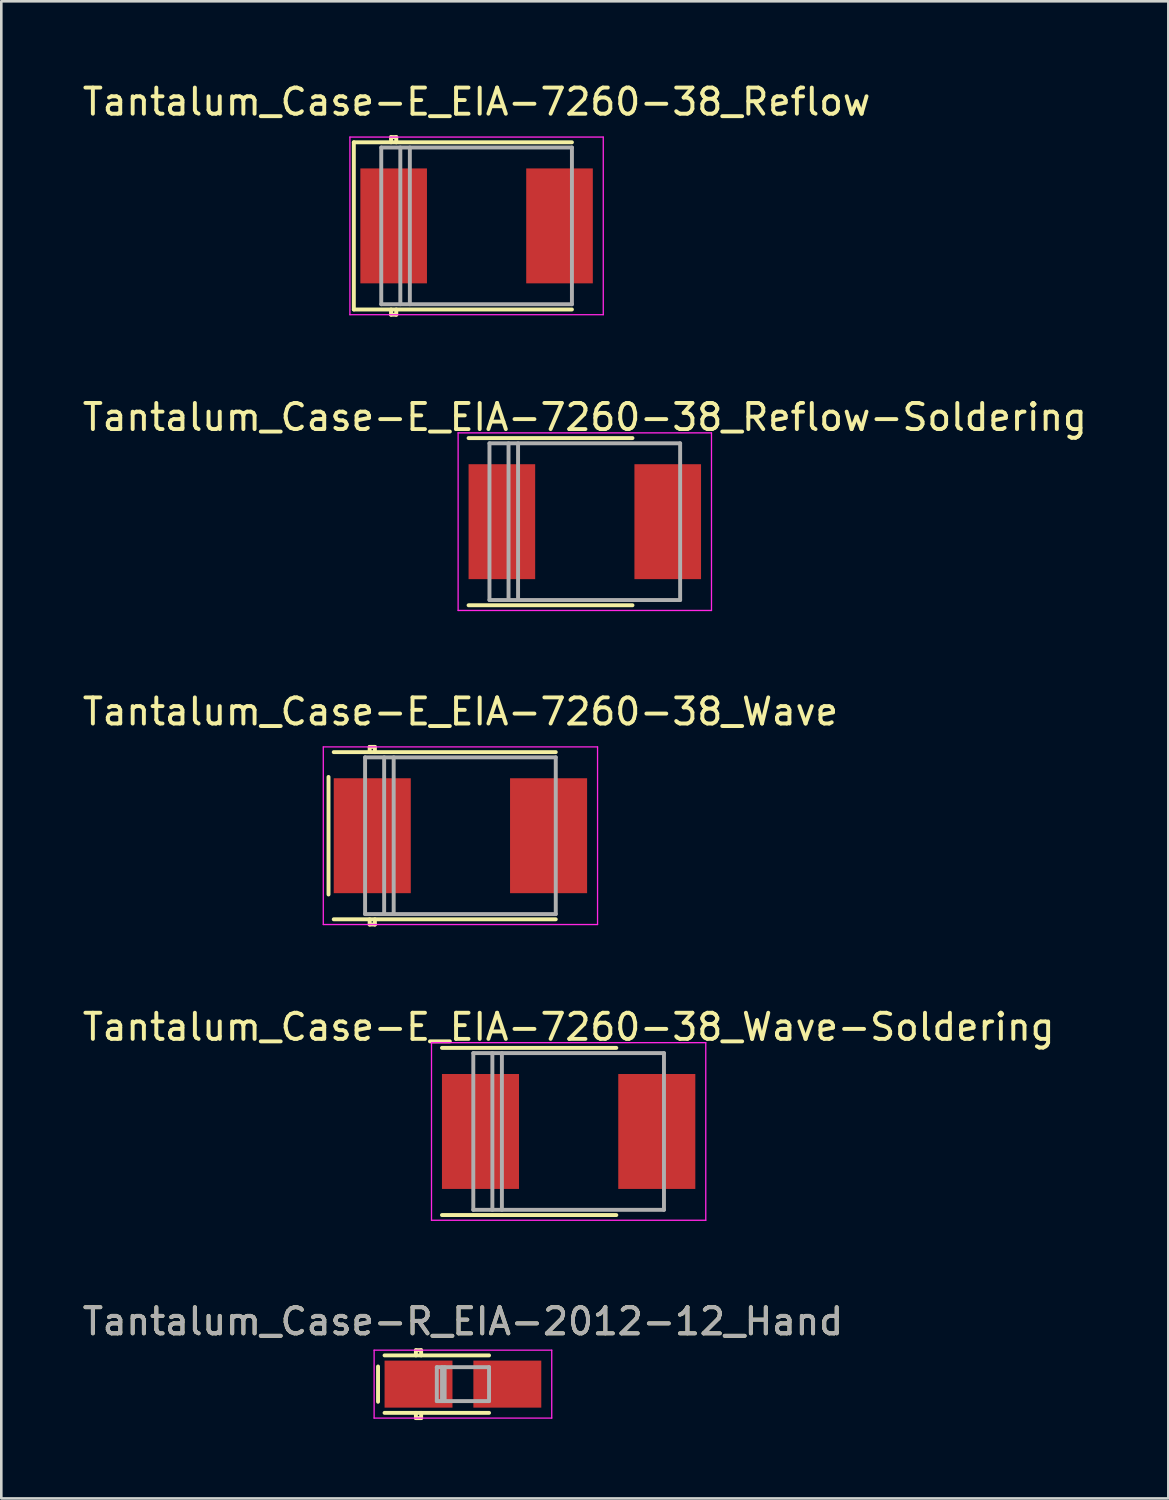
<source format=kicad_pcb>
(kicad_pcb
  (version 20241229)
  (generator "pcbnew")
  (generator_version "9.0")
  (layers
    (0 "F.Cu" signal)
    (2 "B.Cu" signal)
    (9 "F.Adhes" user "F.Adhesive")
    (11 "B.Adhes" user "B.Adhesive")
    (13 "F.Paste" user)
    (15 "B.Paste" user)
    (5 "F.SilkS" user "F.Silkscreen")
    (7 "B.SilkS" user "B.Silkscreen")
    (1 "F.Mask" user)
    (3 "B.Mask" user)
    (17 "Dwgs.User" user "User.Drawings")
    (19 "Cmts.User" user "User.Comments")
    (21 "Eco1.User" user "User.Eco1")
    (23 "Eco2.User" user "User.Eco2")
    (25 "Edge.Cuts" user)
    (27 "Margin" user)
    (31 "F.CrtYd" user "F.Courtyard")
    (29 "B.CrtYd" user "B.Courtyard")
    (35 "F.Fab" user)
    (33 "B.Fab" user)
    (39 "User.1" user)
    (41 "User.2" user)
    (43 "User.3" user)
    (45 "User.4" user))
  (footprint "Tantalum_Case-E_EIA-7260-38_Wave-Soldering"
    (layer "F.Cu")
    (at 18.72 40.268)
    (property "Reference" "Tantalum_Case-E_EIA-7260-38_Wave-Soldering" (at 0 -4 0) (layer "F.SilkS") (effects (font (size 1 1) (thickness 0.15))))
    (attr smd)
    (fp_line (start 1.825 -3.2) (end -4.85 -3.2) (stroke (width 0.15) (type solid)) (layer "F.SilkS"))
    (fp_line (start 1.825 3.2) (end -4.85 3.2) (stroke (width 0.15) (type solid)) (layer "F.SilkS"))
    (fp_line (start -5.25 -3.4) (end -5.25 3.4) (stroke (width 0.05) (type solid)) (layer "F.CrtYd"))
    (fp_line (start -5.25 3.4) (end 5.25 3.4) (stroke (width 0.05) (type solid)) (layer "F.CrtYd"))
    (fp_line (start 5.25 -3.4) (end -5.25 -3.4) (stroke (width 0.05) (type solid)) (layer "F.CrtYd"))
    (fp_line (start 5.25 3.4) (end 5.25 -3.4) (stroke (width 0.05) (type solid)) (layer "F.CrtYd"))
    (fp_line (start -3.65 -3) (end -3.65 3) (stroke (width 0.15) (type solid)) (layer "F.Fab"))
    (fp_line (start -3.65 3) (end 3.65 3) (stroke (width 0.15) (type solid)) (layer "F.Fab"))
    (fp_line (start -2.92 -3) (end -2.92 3) (stroke (width 0.15) (type solid)) (layer "F.Fab"))
    (fp_line (start -2.555 -3) (end -2.555 3) (stroke (width 0.15) (type solid)) (layer "F.Fab"))
    (fp_line (start 3.65 -3) (end -3.65 -3) (stroke (width 0.15) (type solid)) (layer "F.Fab"))
    (fp_line (start 3.65 3) (end 3.65 -3) (stroke (width 0.15) (type solid)) (layer "F.Fab"))
    (pad "1" smd rect (at -3.375 0) (size 2.95 4.4) (layers "F.Cu" "F.Mask" "F.Paste"))
    (pad "2" smd rect (at 3.375 0) (size 2.95 4.4) (layers "F.Cu" "F.Mask" "F.Paste")))
  (footprint "Tantalum_Case-E_EIA-7260-38_Wave"
    (layer "F.Cu")
    (at 14.577 28.945)
    (property "Reference" "Tantalum_Case-E_EIA-7260-38_Wave" (at 0 -4.75 0) (layer "F.SilkS") (effects (font (size 1 1) (thickness 0.15))))
    (attr smd)
    (fp_line (start -5.05 -2.25) (end -5.05 2.25) (stroke (width 0.15) (type solid)) (layer "F.SilkS"))
    (fp_line (start -3.475 -3.4) (end -3.275 -3.4) (stroke (width 0.15) (type solid)) (layer "F.SilkS"))
    (fp_line (start -3.475 -3.2) (end -3.475 -3.4) (stroke (width 0.15) (type solid)) (layer "F.SilkS"))
    (fp_line (start -3.475 3.2) (end -3.475 3.4) (stroke (width 0.15) (type solid)) (layer "F.SilkS"))
    (fp_line (start -3.475 3.4) (end -3.275 3.4) (stroke (width 0.15) (type solid)) (layer "F.SilkS"))
    (fp_line (start -3.275 -3.4) (end -3.275 -3.2) (stroke (width 0.15) (type solid)) (layer "F.SilkS"))
    (fp_line (start -3.275 3.4) (end -3.275 3.2) (stroke (width 0.15) (type solid)) (layer "F.SilkS"))
    (fp_line (start 3.65 -3.2) (end -4.85 -3.2) (stroke (width 0.15) (type solid)) (layer "F.SilkS"))
    (fp_line (start 3.65 3.2) (end -4.85 3.2) (stroke (width 0.15) (type solid)) (layer "F.SilkS"))
    (fp_line (start -5.25 -3.4) (end -5.25 3.4) (stroke (width 0.05) (type solid)) (layer "F.CrtYd"))
    (fp_line (start -5.25 3.4) (end 5.25 3.4) (stroke (width 0.05) (type solid)) (layer "F.CrtYd"))
    (fp_line (start 5.25 -3.4) (end -5.25 -3.4) (stroke (width 0.05) (type solid)) (layer "F.CrtYd"))
    (fp_line (start 5.25 3.4) (end 5.25 -3.4) (stroke (width 0.05) (type solid)) (layer "F.CrtYd"))
    (fp_line (start -3.65 -3) (end -3.65 3) (stroke (width 0.15) (type solid)) (layer "F.Fab"))
    (fp_line (start -3.65 3) (end 3.65 3) (stroke (width 0.15) (type solid)) (layer "F.Fab"))
    (fp_line (start -2.92 -3) (end -2.92 3) (stroke (width 0.15) (type solid)) (layer "F.Fab"))
    (fp_line (start -2.555 -3) (end -2.555 3) (stroke (width 0.15) (type solid)) (layer "F.Fab"))
    (fp_line (start 3.65 -3) (end -3.65 -3) (stroke (width 0.15) (type solid)) (layer "F.Fab"))
    (fp_line (start 3.65 3) (end 3.65 -3) (stroke (width 0.15) (type solid)) (layer "F.Fab"))
    (pad "1" smd rect (at -3.375 0) (size 2.95 4.4) (layers "F.Cu" "F.Mask" "F.Paste"))
    (pad "2" smd rect (at 3.375 0) (size 2.95 4.4) (layers "F.Cu" "F.Mask" "F.Paste")))
  (footprint "Tantalum_Case-R_EIA-2012-12_Hand"
    (layer "F.Cu")
    (at 14.673 49.941)
    (property "Reference" "Tantalum_Case-R_EIA-2012-12_Hand" (at 0 -2.4 0) (layer "F.SilkS") (effects (font (size 1 1) (thickness 0.15))))
    (attr smd)
    (fp_line (start -3.25 -0.675) (end -3.25 0.675) (stroke (width 0.15) (type solid)) (layer "F.SilkS"))
    (fp_line (start -1.8 -1.3) (end -1.6 -1.3) (stroke (width 0.15) (type solid)) (layer "F.SilkS"))
    (fp_line (start -1.8 -1.1) (end -1.8 -1.3) (stroke (width 0.15) (type solid)) (layer "F.SilkS"))
    (fp_line (start -1.8 1.1) (end -1.8 1.3) (stroke (width 0.15) (type solid)) (layer "F.SilkS"))
    (fp_line (start -1.8 1.3) (end -1.6 1.3) (stroke (width 0.15) (type solid)) (layer "F.SilkS"))
    (fp_line (start -1.6 -1.3) (end -1.6 -1.1) (stroke (width 0.15) (type solid)) (layer "F.SilkS"))
    (fp_line (start -1.6 1.3) (end -1.6 1.1) (stroke (width 0.15) (type solid)) (layer "F.SilkS"))
    (fp_line (start 1 -1.1) (end -3 -1.1) (stroke (width 0.15) (type solid)) (layer "F.SilkS"))
    (fp_line (start 1 1.1) (end -3 1.1) (stroke (width 0.15) (type solid)) (layer "F.SilkS"))
    (fp_line (start -3.4 -1.3) (end -3.4 1.3) (stroke (width 0.05) (type solid)) (layer "F.CrtYd"))
    (fp_line (start -3.4 1.3) (end 3.4 1.3) (stroke (width 0.05) (type solid)) (layer "F.CrtYd"))
    (fp_line (start 3.4 -1.3) (end -3.4 -1.3) (stroke (width 0.05) (type solid)) (layer "F.CrtYd"))
    (fp_line (start 3.4 1.3) (end 3.4 -1.3) (stroke (width 0.05) (type solid)) (layer "F.CrtYd"))
    (fp_line (start -1 -0.65) (end -1 0.65) (stroke (width 0.15) (type solid)) (layer "F.Fab"))
    (fp_line (start -1 0.65) (end 1 0.65) (stroke (width 0.15) (type solid)) (layer "F.Fab"))
    (fp_line (start -0.8 -0.65) (end -0.8 0.65) (stroke (width 0.15) (type solid)) (layer "F.Fab"))
    (fp_line (start -0.7 -0.65) (end -0.7 0.65) (stroke (width 0.15) (type solid)) (layer "F.Fab"))
    (fp_line (start 1 -0.65) (end -1 -0.65) (stroke (width 0.15) (type solid)) (layer "F.Fab"))
    (fp_line (start 1 0.65) (end 1 -0.65) (stroke (width 0.15) (type solid)) (layer "F.Fab"))
    (fp_text user "${REFERENCE}" (at 0 -2.4 0) (layer "F.Fab") (effects (font (size 1 1) (thickness 0.15))))
    (pad "1" smd rect (at -1.7 0) (size 2.6 1.8) (layers "F.Cu" "F.Mask" "F.Paste"))
    (pad "2" smd rect (at 1.7 0) (size 2.6 1.8) (layers "F.Cu" "F.Mask" "F.Paste")))
  (footprint "Tantalum_Case-E_EIA-7260-38_Reflow-Soldering"
    (layer "F.Cu")
    (at 19.339 16.922)
    (property "Reference" "Tantalum_Case-E_EIA-7260-38_Reflow-Soldering" (at 0 -4 0) (layer "F.SilkS") (effects (font (size 1 1) (thickness 0.15))))
    (attr smd)
    (fp_line (start 1.825 -3.2) (end -4.45 -3.2) (stroke (width 0.15) (type solid)) (layer "F.SilkS"))
    (fp_line (start 1.825 3.2) (end -4.45 3.2) (stroke (width 0.15) (type solid)) (layer "F.SilkS"))
    (fp_line (start -4.85 -3.4) (end -4.85 3.4) (stroke (width 0.05) (type solid)) (layer "F.CrtYd"))
    (fp_line (start -4.85 3.4) (end 4.85 3.4) (stroke (width 0.05) (type solid)) (layer "F.CrtYd"))
    (fp_line (start 4.85 -3.4) (end -4.85 -3.4) (stroke (width 0.05) (type solid)) (layer "F.CrtYd"))
    (fp_line (start 4.85 3.4) (end 4.85 -3.4) (stroke (width 0.05) (type solid)) (layer "F.CrtYd"))
    (fp_line (start -3.65 -3) (end -3.65 3) (stroke (width 0.15) (type solid)) (layer "F.Fab"))
    (fp_line (start -3.65 3) (end 3.65 3) (stroke (width 0.15) (type solid)) (layer "F.Fab"))
    (fp_line (start -2.92 -3) (end -2.92 3) (stroke (width 0.15) (type solid)) (layer "F.Fab"))
    (fp_line (start -2.555 -3) (end -2.555 3) (stroke (width 0.15) (type solid)) (layer "F.Fab"))
    (fp_line (start 3.65 -3) (end -3.65 -3) (stroke (width 0.15) (type solid)) (layer "F.Fab"))
    (fp_line (start 3.65 3) (end 3.65 -3) (stroke (width 0.15) (type solid)) (layer "F.Fab"))
    (pad "1" smd rect (at -3.175 0) (size 2.55 4.4) (layers "F.Cu" "F.Mask" "F.Paste"))
    (pad "2" smd rect (at 3.175 0) (size 2.55 4.4) (layers "F.Cu" "F.Mask" "F.Paste")))
  (footprint "Tantalum_Case-E_EIA-7260-38_Reflow"
    (layer "F.Cu")
    (at 15.196 5.598)
    (property "Reference" "Tantalum_Case-E_EIA-7260-38_Reflow" (at 0 -4.75 0) (layer "F.SilkS") (effects (font (size 1 1) (thickness 0.15))))
    (attr smd)
    (fp_line (start -4.7 -3.2) (end -4.7 3.2) (stroke (width 0.15) (type solid)) (layer "F.SilkS"))
    (fp_line (start -4.7 -3.2) (end 3.65 -3.2) (stroke (width 0.15) (type solid)) (layer "F.SilkS"))
    (fp_line (start -4.7 3.2) (end 3.65 3.2) (stroke (width 0.15) (type solid)) (layer "F.SilkS"))
    (fp_line (start -3.275 -3.4) (end -3.075 -3.4) (stroke (width 0.15) (type solid)) (layer "F.SilkS"))
    (fp_line (start -3.275 -3.2) (end -3.275 -3.4) (stroke (width 0.15) (type solid)) (layer "F.SilkS"))
    (fp_line (start -3.275 3.2) (end -3.275 3.4) (stroke (width 0.15) (type solid)) (layer "F.SilkS"))
    (fp_line (start -3.275 3.4) (end -3.075 3.4) (stroke (width 0.15) (type solid)) (layer "F.SilkS"))
    (fp_line (start -3.075 -3.4) (end -3.075 -3.2) (stroke (width 0.15) (type solid)) (layer "F.SilkS"))
    (fp_line (start -3.075 3.4) (end -3.075 3.2) (stroke (width 0.15) (type solid)) (layer "F.SilkS"))
    (fp_line (start -4.85 -3.4) (end -4.85 3.4) (stroke (width 0.05) (type solid)) (layer "F.CrtYd"))
    (fp_line (start -4.85 3.4) (end 4.85 3.4) (stroke (width 0.05) (type solid)) (layer "F.CrtYd"))
    (fp_line (start 4.85 -3.4) (end -4.85 -3.4) (stroke (width 0.05) (type solid)) (layer "F.CrtYd"))
    (fp_line (start 4.85 3.4) (end 4.85 -3.4) (stroke (width 0.05) (type solid)) (layer "F.CrtYd"))
    (fp_line (start -3.65 -3) (end -3.65 3) (stroke (width 0.15) (type solid)) (layer "F.Fab"))
    (fp_line (start -3.65 3) (end 3.65 3) (stroke (width 0.15) (type solid)) (layer "F.Fab"))
    (fp_line (start -2.92 -3) (end -2.92 3) (stroke (width 0.15) (type solid)) (layer "F.Fab"))
    (fp_line (start -2.555 -3) (end -2.555 3) (stroke (width 0.15) (type solid)) (layer "F.Fab"))
    (fp_line (start 3.65 -3) (end -3.65 -3) (stroke (width 0.15) (type solid)) (layer "F.Fab"))
    (fp_line (start 3.65 3) (end 3.65 -3) (stroke (width 0.15) (type solid)) (layer "F.Fab"))
    (pad "1" smd rect (at -3.175 0) (size 2.55 4.4) (layers "F.Cu" "F.Mask" "F.Paste"))
    (pad "2" smd rect (at 3.175 0) (size 2.55 4.4) (layers "F.Cu" "F.Mask" "F.Paste")))
  (gr_rect
    (start -3 -3)
    (end 41.679 54.316)
    (stroke (width 0.1) (type default))
    (fill no)
    (layer "Edge.Cuts")))
</source>
